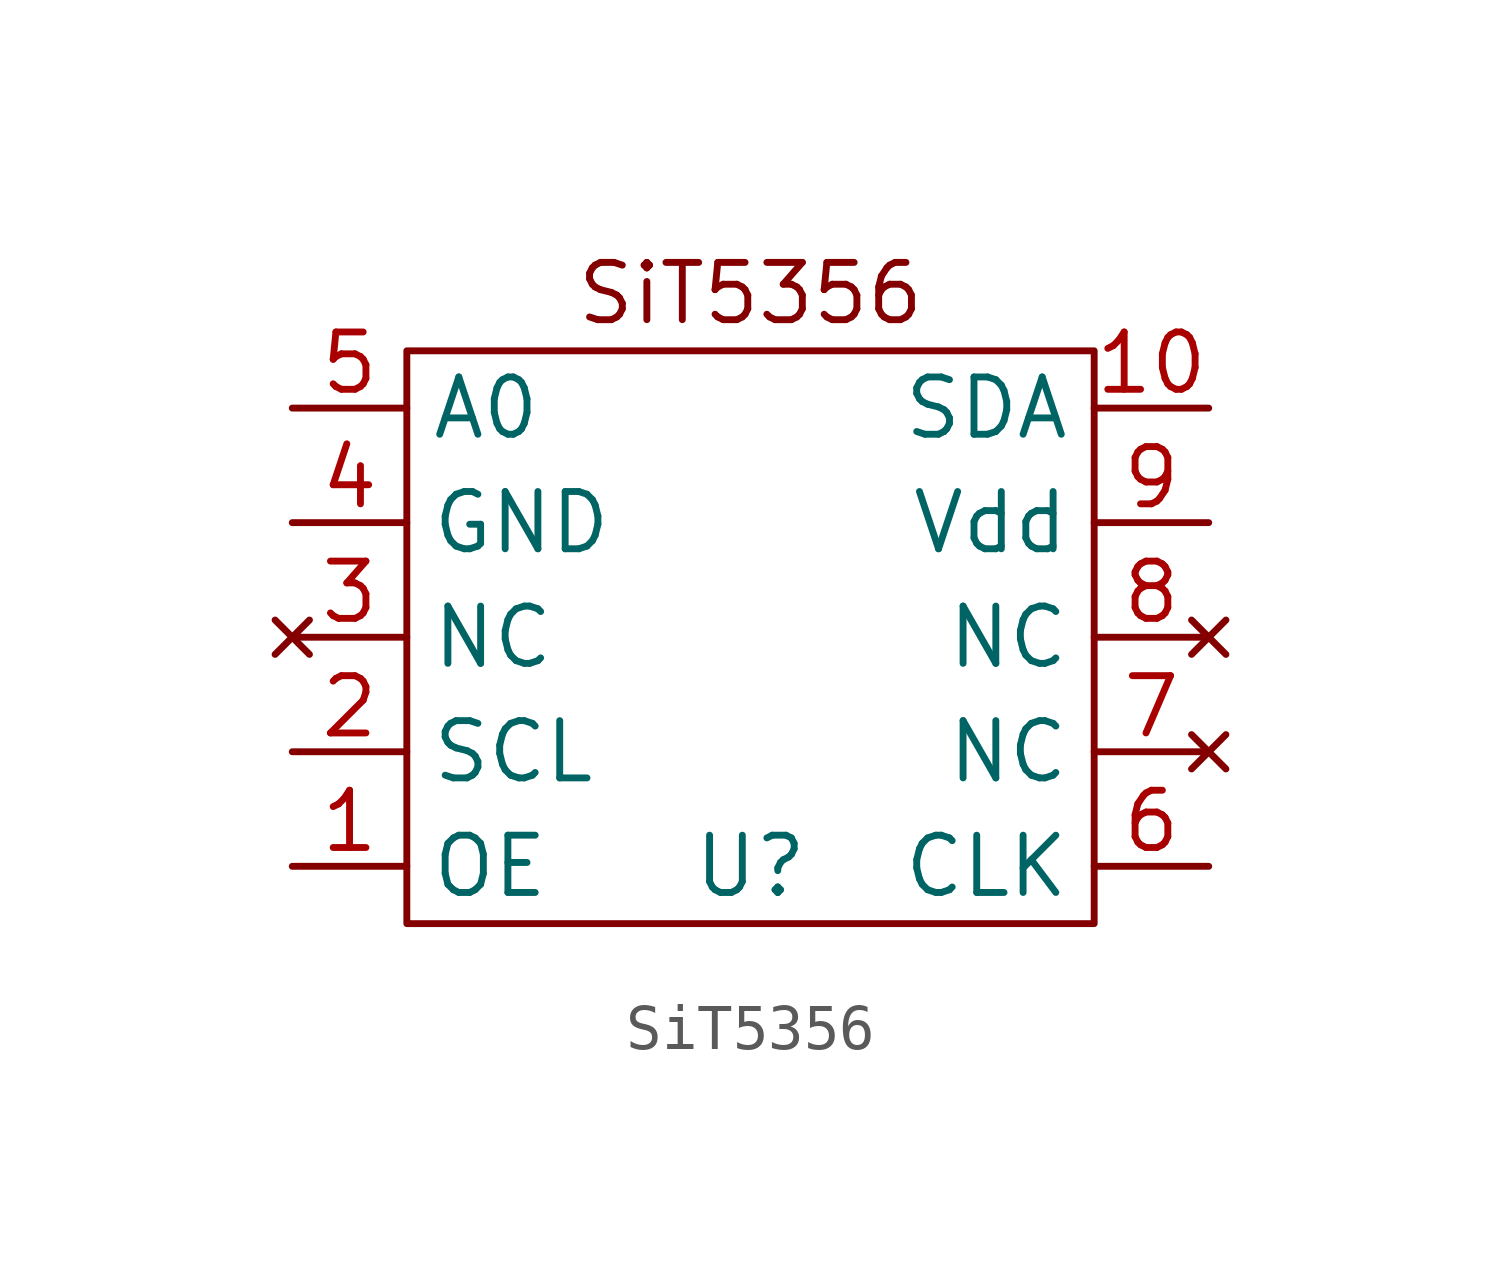
<source format=kicad_sym>
(kicad_symbol_lib
  (version 20241209)
  (generator "kicad_symbol_editor")
  (generator_version "9.0")
  (symbol "SiT5356"
    (property "Reference" "U"
      (at 0 0 0)
      (effects (font (size 1.27 1.27))))
    (property "Value" ""
      (at 0 0 0)
      (effects (font (size 1.27 1.27))))
    (symbol "SiT5356_0_0"
      (pin input line (at -10.16 10.16 0) (length 2.54) (name "A0" (effects (font (size 1.27 1.27)))) (number "5" (effects (font (size 1.27 1.27)))))
      (pin power_in line (at -10.16 7.62 0) (length 2.54) (name "GND" (effects (font (size 1.27 1.27)))) (number "4" (effects (font (size 1.27 1.27)))))
      (pin no_connect line (at -10.16 5.08 0) (length 2.54) (name "NC" (effects (font (size 1.27 1.27)))) (number "3" (effects (font (size 1.27 1.27)))))
      (pin input line (at -10.16 2.54 0) (length 2.54) (name "SCL" (effects (font (size 1.27 1.27)))) (number "2" (effects (font (size 1.27 1.27)))))
      (pin input line (at -10.16 0 0) (length 2.54) (name "OE" (effects (font (size 1.27 1.27)))) (number "1" (effects (font (size 1.27 1.27)))))
      (pin bidirectional line (at 10.16 10.16 180) (length 2.54) (name "SDA" (effects (font (size 1.27 1.27)))) (number "10" (effects (font (size 1.27 1.27)))))
      (pin power_in line (at 10.16 7.62 180) (length 2.54) (name "Vdd" (effects (font (size 1.27 1.27)))) (number "9" (effects (font (size 1.27 1.27)))))
      (pin no_connect line (at 10.16 5.08 180) (length 2.54) (name "NC" (effects (font (size 1.27 1.27)))) (number "8" (effects (font (size 1.27 1.27)))))
      (pin no_connect line (at 10.16 2.54 180) (length 2.54) (name "NC" (effects (font (size 1.27 1.27)))) (number "7" (effects (font (size 1.27 1.27)))))
      (pin output line (at 10.16 0 180) (length 2.54) (name "CLK" (effects (font (size 1.27 1.27)))) (number "6" (effects (font (size 1.27 1.27))))))
    (symbol "SiT5356_0_1"
      (rectangle (start -7.62 11.43) (end 7.62 -1.27) (stroke (width 0) (type default)) (fill (type none))))
    (symbol "SiT5356_1_1"
      (text "SiT5356" (at 0 12.7 0) (effects (font (size 1.27 1.27)))))))
</source>
